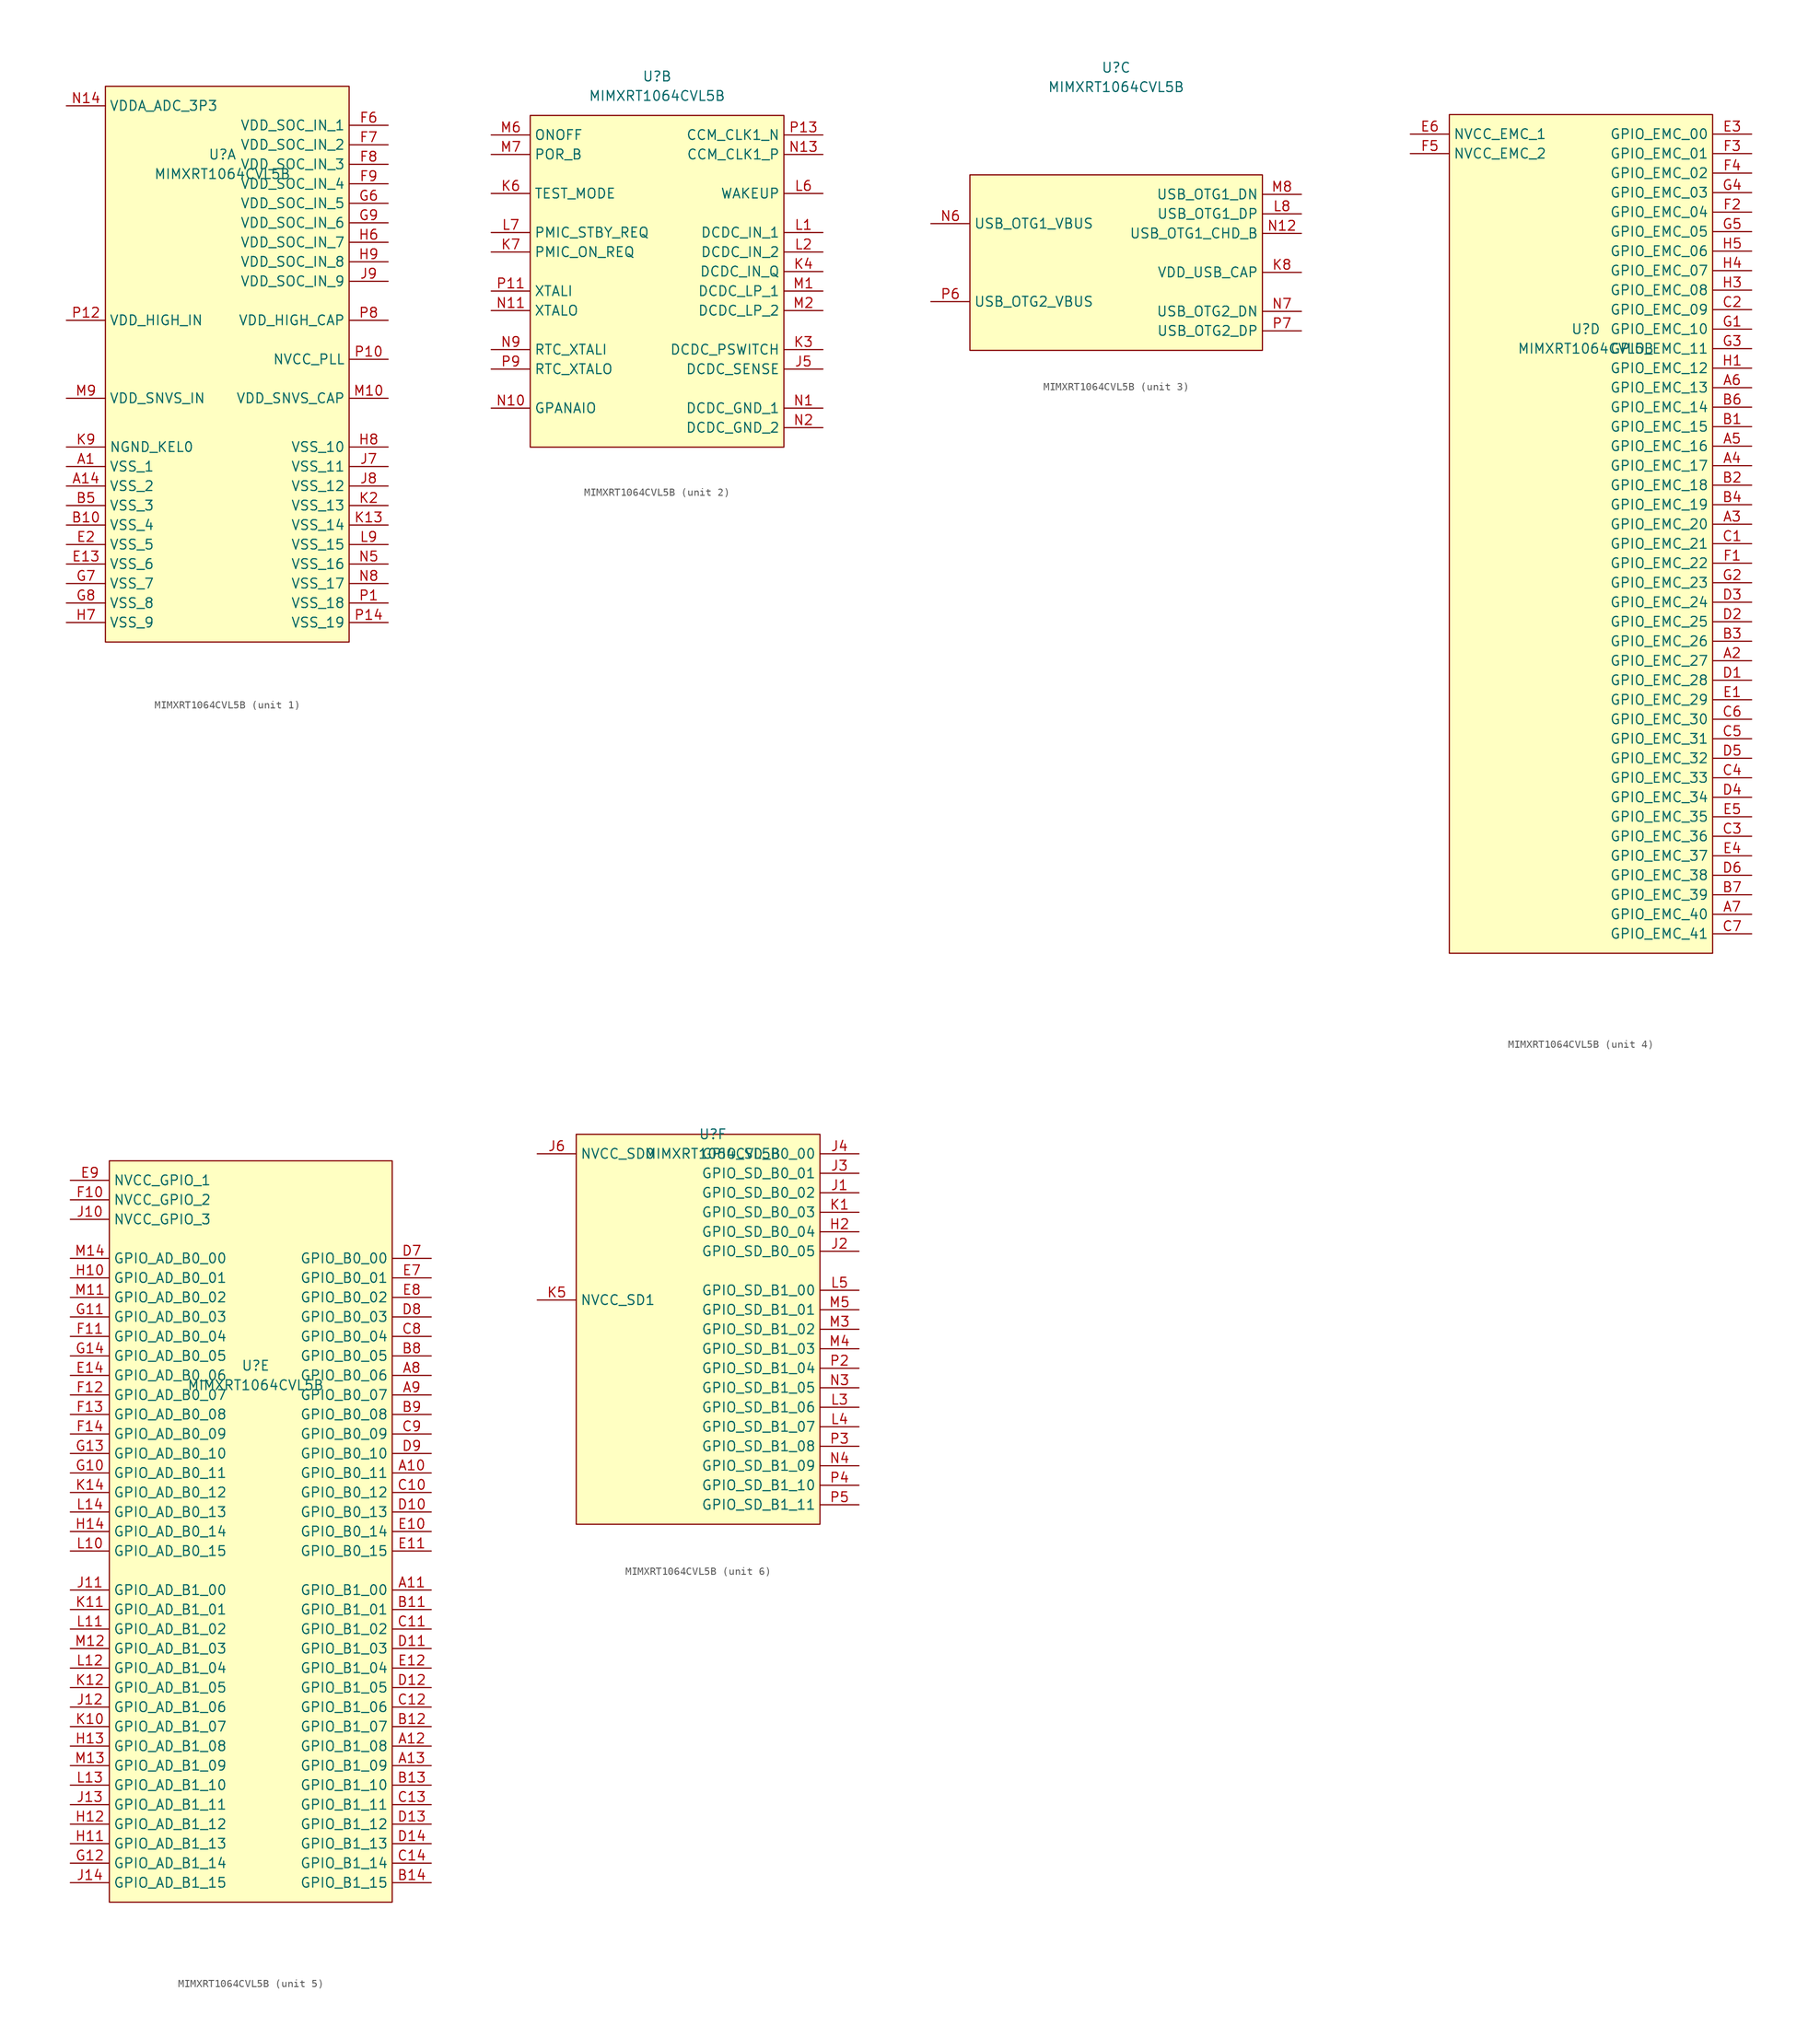
<source format=kicad_sym>
(kicad_symbol_lib
  (version 20211014)
  (generator kicad_symbol_editor)
  (symbol "MIMXRT1064CVL5B"
    (property "Reference" "U"
      (at 0 25.4 0)
      (effects (font (size 1.27 1.27))))
    (property "Value" "MIMXRT1064CVL5B"
      (at 0 22.86 0)
      (effects (font (size 1.27 1.27))))
    (property "ki_locked" ""
      (at 0 0 0)
      (effects (font (size 1.27 1.27))))
    (symbol "MIMXRT1064CVL5B_1_1"
      (rectangle (start -15.24 34.29) (end 16.51 -38.1) (stroke (width 0) (type default) (color 0 0 0 0)) (fill (type background)))
      (pin power_in line (at -20.32 -15.24 0) (length 5.08) (name "VSS_1" (effects (font (size 1.27 1.27)))) (number "A1" (effects (font (size 1.27 1.27)))))
      (pin power_in line (at -20.32 -17.78 0) (length 5.08) (name "VSS_2" (effects (font (size 1.27 1.27)))) (number "A14" (effects (font (size 1.27 1.27)))))
      (pin power_in line (at -20.32 -22.86 0) (length 5.08) (name "VSS_4" (effects (font (size 1.27 1.27)))) (number "B10" (effects (font (size 1.27 1.27)))))
      (pin power_in line (at -20.32 -20.32 0) (length 5.08) (name "VSS_3" (effects (font (size 1.27 1.27)))) (number "B5" (effects (font (size 1.27 1.27)))))
      (pin power_in line (at -20.32 -27.94 0) (length 5.08) (name "VSS_6" (effects (font (size 1.27 1.27)))) (number "E13" (effects (font (size 1.27 1.27)))))
      (pin power_in line (at -20.32 -25.4 0) (length 5.08) (name "VSS_5" (effects (font (size 1.27 1.27)))) (number "E2" (effects (font (size 1.27 1.27)))))
      (pin power_in line (at 21.59 29.21 180) (length 5.08) (name "VDD_SOC_IN_1" (effects (font (size 1.27 1.27)))) (number "F6" (effects (font (size 1.27 1.27)))))
      (pin power_in line (at 21.59 26.67 180) (length 5.08) (name "VDD_SOC_IN_2" (effects (font (size 1.27 1.27)))) (number "F7" (effects (font (size 1.27 1.27)))))
      (pin power_in line (at 21.59 24.13 180) (length 5.08) (name "VDD_SOC_IN_3" (effects (font (size 1.27 1.27)))) (number "F8" (effects (font (size 1.27 1.27)))))
      (pin power_in line (at 21.59 21.59 180) (length 5.08) (name "VDD_SOC_IN_4" (effects (font (size 1.27 1.27)))) (number "F9" (effects (font (size 1.27 1.27)))))
      (pin power_in line (at 21.59 19.05 180) (length 5.08) (name "VDD_SOC_IN_5" (effects (font (size 1.27 1.27)))) (number "G6" (effects (font (size 1.27 1.27)))))
      (pin power_in line (at -20.32 -30.48 0) (length 5.08) (name "VSS_7" (effects (font (size 1.27 1.27)))) (number "G7" (effects (font (size 1.27 1.27)))))
      (pin power_in line (at -20.32 -33.02 0) (length 5.08) (name "VSS_8" (effects (font (size 1.27 1.27)))) (number "G8" (effects (font (size 1.27 1.27)))))
      (pin power_in line (at 21.59 16.51 180) (length 5.08) (name "VDD_SOC_IN_6" (effects (font (size 1.27 1.27)))) (number "G9" (effects (font (size 1.27 1.27)))))
      (pin power_in line (at 21.59 13.97 180) (length 5.08) (name "VDD_SOC_IN_7" (effects (font (size 1.27 1.27)))) (number "H6" (effects (font (size 1.27 1.27)))))
      (pin power_in line (at -20.32 -35.56 0) (length 5.08) (name "VSS_9" (effects (font (size 1.27 1.27)))) (number "H7" (effects (font (size 1.27 1.27)))))
      (pin power_in line (at 21.59 -12.7 180) (length 5.08) (name "VSS_10" (effects (font (size 1.27 1.27)))) (number "H8" (effects (font (size 1.27 1.27)))))
      (pin power_in line (at 21.59 11.43 180) (length 5.08) (name "VDD_SOC_IN_8" (effects (font (size 1.27 1.27)))) (number "H9" (effects (font (size 1.27 1.27)))))
      (pin power_in line (at 21.59 -15.24 180) (length 5.08) (name "VSS_11" (effects (font (size 1.27 1.27)))) (number "J7" (effects (font (size 1.27 1.27)))))
      (pin power_in line (at 21.59 -17.78 180) (length 5.08) (name "VSS_12" (effects (font (size 1.27 1.27)))) (number "J8" (effects (font (size 1.27 1.27)))))
      (pin power_in line (at 21.59 8.89 180) (length 5.08) (name "VDD_SOC_IN_9" (effects (font (size 1.27 1.27)))) (number "J9" (effects (font (size 1.27 1.27)))))
      (pin power_in line (at 21.59 -22.86 180) (length 5.08) (name "VSS_14" (effects (font (size 1.27 1.27)))) (number "K13" (effects (font (size 1.27 1.27)))))
      (pin power_in line (at 21.59 -20.32 180) (length 5.08) (name "VSS_13" (effects (font (size 1.27 1.27)))) (number "K2" (effects (font (size 1.27 1.27)))))
      (pin power_in line (at -20.32 -12.7 0) (length 5.08) (name "NGND_KEL0" (effects (font (size 1.27 1.27)))) (number "K9" (effects (font (size 1.27 1.27)))))
      (pin power_in line (at 21.59 -25.4 180) (length 5.08) (name "VSS_15" (effects (font (size 1.27 1.27)))) (number "L9" (effects (font (size 1.27 1.27)))))
      (pin power_in line (at 21.59 -6.35 180) (length 5.08) (name "VDD_SNVS_CAP" (effects (font (size 1.27 1.27)))) (number "M10" (effects (font (size 1.27 1.27)))))
      (pin power_in line (at -20.32 -6.35 0) (length 5.08) (name "VDD_SNVS_IN" (effects (font (size 1.27 1.27)))) (number "M9" (effects (font (size 1.27 1.27)))))
      (pin power_in line (at -20.32 31.75 0) (length 5.08) (name "VDDA_ADC_3P3" (effects (font (size 1.27 1.27)))) (number "N14" (effects (font (size 1.27 1.27)))))
      (pin power_in line (at 21.59 -27.94 180) (length 5.08) (name "VSS_16" (effects (font (size 1.27 1.27)))) (number "N5" (effects (font (size 1.27 1.27)))))
      (pin power_in line (at 21.59 -30.48 180) (length 5.08) (name "VSS_17" (effects (font (size 1.27 1.27)))) (number "N8" (effects (font (size 1.27 1.27)))))
      (pin power_in line (at 21.59 -33.02 180) (length 5.08) (name "VSS_18" (effects (font (size 1.27 1.27)))) (number "P1" (effects (font (size 1.27 1.27)))))
      (pin power_in line (at 21.59 -1.27 180) (length 5.08) (name "NVCC_PLL" (effects (font (size 1.27 1.27)))) (number "P10" (effects (font (size 1.27 1.27)))))
      (pin power_in line (at -20.32 3.81 0) (length 5.08) (name "VDD_HIGH_IN" (effects (font (size 1.27 1.27)))) (number "P12" (effects (font (size 1.27 1.27)))))
      (pin power_in line (at 21.59 -35.56 180) (length 5.08) (name "VSS_19" (effects (font (size 1.27 1.27)))) (number "P14" (effects (font (size 1.27 1.27)))))
      (pin power_in line (at 21.59 3.81 180) (length 5.08) (name "VDD_HIGH_CAP" (effects (font (size 1.27 1.27)))) (number "P8" (effects (font (size 1.27 1.27))))))
    (symbol "MIMXRT1064CVL5B_2_1"
      (rectangle (start -16.51 20.32) (end 16.51 -22.86) (stroke (width 0) (type default) (color 0 0 0 0)) (fill (type background)))
      (pin power_in line (at 21.59 -12.7 180) (length 5.08) (name "DCDC_SENSE" (effects (font (size 1.27 1.27)))) (number "J5" (effects (font (size 1.27 1.27)))))
      (pin power_in line (at 21.59 -10.16 180) (length 5.08) (name "DCDC_PSWITCH" (effects (font (size 1.27 1.27)))) (number "K3" (effects (font (size 1.27 1.27)))))
      (pin power_in line (at 21.59 0 180) (length 5.08) (name "DCDC_IN_Q" (effects (font (size 1.27 1.27)))) (number "K4" (effects (font (size 1.27 1.27)))))
      (pin passive line (at -21.59 10.16 0) (length 5.08) (name "TEST_MODE" (effects (font (size 1.27 1.27)))) (number "K6" (effects (font (size 1.27 1.27)))))
      (pin passive line (at -21.59 2.54 0) (length 5.08) (name "PMIC_ON_REQ" (effects (font (size 1.27 1.27)))) (number "K7" (effects (font (size 1.27 1.27)))))
      (pin power_in line (at 21.59 5.08 180) (length 5.08) (name "DCDC_IN_1" (effects (font (size 1.27 1.27)))) (number "L1" (effects (font (size 1.27 1.27)))))
      (pin power_in line (at 21.59 2.54 180) (length 5.08) (name "DCDC_IN_2" (effects (font (size 1.27 1.27)))) (number "L2" (effects (font (size 1.27 1.27)))))
      (pin passive line (at 21.59 10.16 180) (length 5.08) (name "WAKEUP" (effects (font (size 1.27 1.27)))) (number "L6" (effects (font (size 1.27 1.27)))))
      (pin passive line (at -21.59 5.08 0) (length 5.08) (name "PMIC_STBY_REQ" (effects (font (size 1.27 1.27)))) (number "L7" (effects (font (size 1.27 1.27)))))
      (pin power_in line (at 21.59 -2.54 180) (length 5.08) (name "DCDC_LP_1" (effects (font (size 1.27 1.27)))) (number "M1" (effects (font (size 1.27 1.27)))))
      (pin power_in line (at 21.59 -5.08 180) (length 5.08) (name "DCDC_LP_2" (effects (font (size 1.27 1.27)))) (number "M2" (effects (font (size 1.27 1.27)))))
      (pin passive line (at -21.59 17.78 0) (length 5.08) (name "ONOFF" (effects (font (size 1.27 1.27)))) (number "M6" (effects (font (size 1.27 1.27)))))
      (pin passive line (at -21.59 15.24 0) (length 5.08) (name "POR_B" (effects (font (size 1.27 1.27)))) (number "M7" (effects (font (size 1.27 1.27)))))
      (pin power_in line (at 21.59 -17.78 180) (length 5.08) (name "DCDC_GND_1" (effects (font (size 1.27 1.27)))) (number "N1" (effects (font (size 1.27 1.27)))))
      (pin passive line (at -21.59 -17.78 0) (length 5.08) (name "GPANAIO" (effects (font (size 1.27 1.27)))) (number "N10" (effects (font (size 1.27 1.27)))))
      (pin passive line (at -21.59 -5.08 0) (length 5.08) (name "XTALO" (effects (font (size 1.27 1.27)))) (number "N11" (effects (font (size 1.27 1.27)))))
      (pin passive line (at 21.59 15.24 180) (length 5.08) (name "CCM_CLK1_P" (effects (font (size 1.27 1.27)))) (number "N13" (effects (font (size 1.27 1.27)))))
      (pin power_in line (at 21.59 -20.32 180) (length 5.08) (name "DCDC_GND_2" (effects (font (size 1.27 1.27)))) (number "N2" (effects (font (size 1.27 1.27)))))
      (pin passive line (at -21.59 -10.16 0) (length 5.08) (name "RTC_XTALI" (effects (font (size 1.27 1.27)))) (number "N9" (effects (font (size 1.27 1.27)))))
      (pin passive line (at -21.59 -2.54 0) (length 5.08) (name "XTALI" (effects (font (size 1.27 1.27)))) (number "P11" (effects (font (size 1.27 1.27)))))
      (pin passive line (at 21.59 17.78 180) (length 5.08) (name "CCM_CLK1_N" (effects (font (size 1.27 1.27)))) (number "P13" (effects (font (size 1.27 1.27)))))
      (pin passive line (at -21.59 -12.7 0) (length 5.08) (name "RTC_XTALO" (effects (font (size 1.27 1.27)))) (number "P9" (effects (font (size 1.27 1.27))))))
    (symbol "MIMXRT1064CVL5B_3_1"
      (rectangle (start -19.05 11.43) (end 19.05 -11.43) (stroke (width 0) (type default) (color 0 0 0 0)) (fill (type background)))
      (pin power_in line (at 24.13 -1.27 180) (length 5.08) (name "VDD_USB_CAP" (effects (font (size 1.27 1.27)))) (number "K8" (effects (font (size 1.27 1.27)))))
      (pin passive line (at 24.13 6.35 180) (length 5.08) (name "USB_OTG1_DP" (effects (font (size 1.27 1.27)))) (number "L8" (effects (font (size 1.27 1.27)))))
      (pin passive line (at 24.13 8.89 180) (length 5.08) (name "USB_OTG1_DN" (effects (font (size 1.27 1.27)))) (number "M8" (effects (font (size 1.27 1.27)))))
      (pin passive line (at 24.13 3.81 180) (length 5.08) (name "USB_OTG1_CHD_B" (effects (font (size 1.27 1.27)))) (number "N12" (effects (font (size 1.27 1.27)))))
      (pin passive line (at -24.13 5.08 0) (length 5.08) (name "USB_OTG1_VBUS" (effects (font (size 1.27 1.27)))) (number "N6" (effects (font (size 1.27 1.27)))))
      (pin passive line (at 24.13 -6.35 180) (length 5.08) (name "USB_OTG2_DN" (effects (font (size 1.27 1.27)))) (number "N7" (effects (font (size 1.27 1.27)))))
      (pin passive line (at -24.13 -5.08 0) (length 5.08) (name "USB_OTG2_VBUS" (effects (font (size 1.27 1.27)))) (number "P6" (effects (font (size 1.27 1.27)))))
      (pin passive line (at 24.13 -8.89 180) (length 5.08) (name "USB_OTG2_DP" (effects (font (size 1.27 1.27)))) (number "P7" (effects (font (size 1.27 1.27))))))
    (symbol "MIMXRT1064CVL5B_4_1"
      (rectangle (start -17.78 53.34) (end 16.51 -55.88) (stroke (width 0) (type default) (color 0 0 0 0)) (fill (type background)))
      (pin passive line (at 21.59 -17.78 180) (length 5.08) (name "GPIO_EMC_27" (effects (font (size 1.27 1.27)))) (number "A2" (effects (font (size 1.27 1.27)))))
      (pin passive line (at 21.59 0 180) (length 5.08) (name "GPIO_EMC_20" (effects (font (size 1.27 1.27)))) (number "A3" (effects (font (size 1.27 1.27)))))
      (pin passive line (at 21.59 7.62 180) (length 5.08) (name "GPIO_EMC_17" (effects (font (size 1.27 1.27)))) (number "A4" (effects (font (size 1.27 1.27)))))
      (pin passive line (at 21.59 10.16 180) (length 5.08) (name "GPIO_EMC_16" (effects (font (size 1.27 1.27)))) (number "A5" (effects (font (size 1.27 1.27)))))
      (pin passive line (at 21.59 17.78 180) (length 5.08) (name "GPIO_EMC_13" (effects (font (size 1.27 1.27)))) (number "A6" (effects (font (size 1.27 1.27)))))
      (pin passive line (at 21.59 -50.8 180) (length 5.08) (name "GPIO_EMC_40" (effects (font (size 1.27 1.27)))) (number "A7" (effects (font (size 1.27 1.27)))))
      (pin passive line (at 21.59 12.7 180) (length 5.08) (name "GPIO_EMC_15" (effects (font (size 1.27 1.27)))) (number "B1" (effects (font (size 1.27 1.27)))))
      (pin passive line (at 21.59 5.08 180) (length 5.08) (name "GPIO_EMC_18" (effects (font (size 1.27 1.27)))) (number "B2" (effects (font (size 1.27 1.27)))))
      (pin passive line (at 21.59 -15.24 180) (length 5.08) (name "GPIO_EMC_26" (effects (font (size 1.27 1.27)))) (number "B3" (effects (font (size 1.27 1.27)))))
      (pin passive line (at 21.59 2.54 180) (length 5.08) (name "GPIO_EMC_19" (effects (font (size 1.27 1.27)))) (number "B4" (effects (font (size 1.27 1.27)))))
      (pin passive line (at 21.59 15.24 180) (length 5.08) (name "GPIO_EMC_14" (effects (font (size 1.27 1.27)))) (number "B6" (effects (font (size 1.27 1.27)))))
      (pin passive line (at 21.59 -48.26 180) (length 5.08) (name "GPIO_EMC_39" (effects (font (size 1.27 1.27)))) (number "B7" (effects (font (size 1.27 1.27)))))
      (pin passive line (at 21.59 -2.54 180) (length 5.08) (name "GPIO_EMC_21" (effects (font (size 1.27 1.27)))) (number "C1" (effects (font (size 1.27 1.27)))))
      (pin passive line (at 21.59 27.94 180) (length 5.08) (name "GPIO_EMC_09" (effects (font (size 1.27 1.27)))) (number "C2" (effects (font (size 1.27 1.27)))))
      (pin passive line (at 21.59 -40.64 180) (length 5.08) (name "GPIO_EMC_36" (effects (font (size 1.27 1.27)))) (number "C3" (effects (font (size 1.27 1.27)))))
      (pin passive line (at 21.59 -33.02 180) (length 5.08) (name "GPIO_EMC_33" (effects (font (size 1.27 1.27)))) (number "C4" (effects (font (size 1.27 1.27)))))
      (pin passive line (at 21.59 -27.94 180) (length 5.08) (name "GPIO_EMC_31" (effects (font (size 1.27 1.27)))) (number "C5" (effects (font (size 1.27 1.27)))))
      (pin passive line (at 21.59 -25.4 180) (length 5.08) (name "GPIO_EMC_30" (effects (font (size 1.27 1.27)))) (number "C6" (effects (font (size 1.27 1.27)))))
      (pin passive line (at 21.59 -53.34 180) (length 5.08) (name "GPIO_EMC_41" (effects (font (size 1.27 1.27)))) (number "C7" (effects (font (size 1.27 1.27)))))
      (pin passive line (at 21.59 -20.32 180) (length 5.08) (name "GPIO_EMC_28" (effects (font (size 1.27 1.27)))) (number "D1" (effects (font (size 1.27 1.27)))))
      (pin passive line (at 21.59 -12.7 180) (length 5.08) (name "GPIO_EMC_25" (effects (font (size 1.27 1.27)))) (number "D2" (effects (font (size 1.27 1.27)))))
      (pin passive line (at 21.59 -10.16 180) (length 5.08) (name "GPIO_EMC_24" (effects (font (size 1.27 1.27)))) (number "D3" (effects (font (size 1.27 1.27)))))
      (pin passive line (at 21.59 -35.56 180) (length 5.08) (name "GPIO_EMC_34" (effects (font (size 1.27 1.27)))) (number "D4" (effects (font (size 1.27 1.27)))))
      (pin passive line (at 21.59 -30.48 180) (length 5.08) (name "GPIO_EMC_32" (effects (font (size 1.27 1.27)))) (number "D5" (effects (font (size 1.27 1.27)))))
      (pin passive line (at 21.59 -45.72 180) (length 5.08) (name "GPIO_EMC_38" (effects (font (size 1.27 1.27)))) (number "D6" (effects (font (size 1.27 1.27)))))
      (pin passive line (at 21.59 -22.86 180) (length 5.08) (name "GPIO_EMC_29" (effects (font (size 1.27 1.27)))) (number "E1" (effects (font (size 1.27 1.27)))))
      (pin passive line (at 21.59 50.8 180) (length 5.08) (name "GPIO_EMC_00" (effects (font (size 1.27 1.27)))) (number "E3" (effects (font (size 1.27 1.27)))))
      (pin passive line (at 21.59 -43.18 180) (length 5.08) (name "GPIO_EMC_37" (effects (font (size 1.27 1.27)))) (number "E4" (effects (font (size 1.27 1.27)))))
      (pin passive line (at 21.59 -38.1 180) (length 5.08) (name "GPIO_EMC_35" (effects (font (size 1.27 1.27)))) (number "E5" (effects (font (size 1.27 1.27)))))
      (pin power_in line (at -22.86 50.8 0) (length 5.08) (name "NVCC_EMC_1" (effects (font (size 1.27 1.27)))) (number "E6" (effects (font (size 1.27 1.27)))))
      (pin passive line (at 21.59 -5.08 180) (length 5.08) (name "GPIO_EMC_22" (effects (font (size 1.27 1.27)))) (number "F1" (effects (font (size 1.27 1.27)))))
      (pin passive line (at 21.59 40.64 180) (length 5.08) (name "GPIO_EMC_04" (effects (font (size 1.27 1.27)))) (number "F2" (effects (font (size 1.27 1.27)))))
      (pin passive line (at 21.59 48.26 180) (length 5.08) (name "GPIO_EMC_01" (effects (font (size 1.27 1.27)))) (number "F3" (effects (font (size 1.27 1.27)))))
      (pin passive line (at 21.59 45.72 180) (length 5.08) (name "GPIO_EMC_02" (effects (font (size 1.27 1.27)))) (number "F4" (effects (font (size 1.27 1.27)))))
      (pin power_in line (at -22.86 48.26 0) (length 5.08) (name "NVCC_EMC_2" (effects (font (size 1.27 1.27)))) (number "F5" (effects (font (size 1.27 1.27)))))
      (pin passive line (at 21.59 25.4 180) (length 5.08) (name "GPIO_EMC_10" (effects (font (size 1.27 1.27)))) (number "G1" (effects (font (size 1.27 1.27)))))
      (pin passive line (at 21.59 -7.62 180) (length 5.08) (name "GPIO_EMC_23" (effects (font (size 1.27 1.27)))) (number "G2" (effects (font (size 1.27 1.27)))))
      (pin passive line (at 21.59 22.86 180) (length 5.08) (name "GPIO_EMC_11" (effects (font (size 1.27 1.27)))) (number "G3" (effects (font (size 1.27 1.27)))))
      (pin passive line (at 21.59 43.18 180) (length 5.08) (name "GPIO_EMC_03" (effects (font (size 1.27 1.27)))) (number "G4" (effects (font (size 1.27 1.27)))))
      (pin passive line (at 21.59 38.1 180) (length 5.08) (name "GPIO_EMC_05" (effects (font (size 1.27 1.27)))) (number "G5" (effects (font (size 1.27 1.27)))))
      (pin passive line (at 21.59 20.32 180) (length 5.08) (name "GPIO_EMC_12" (effects (font (size 1.27 1.27)))) (number "H1" (effects (font (size 1.27 1.27)))))
      (pin passive line (at 21.59 30.48 180) (length 5.08) (name "GPIO_EMC_08" (effects (font (size 1.27 1.27)))) (number "H3" (effects (font (size 1.27 1.27)))))
      (pin passive line (at 21.59 33.02 180) (length 5.08) (name "GPIO_EMC_07" (effects (font (size 1.27 1.27)))) (number "H4" (effects (font (size 1.27 1.27)))))
      (pin passive line (at 21.59 35.56 180) (length 5.08) (name "GPIO_EMC_06" (effects (font (size 1.27 1.27)))) (number "H5" (effects (font (size 1.27 1.27))))))
    (symbol "MIMXRT1064CVL5B_5_1"
      (rectangle (start -19.05 52.07) (end 17.78 -44.45) (stroke (width 0) (type default) (color 0 0 0 0)) (fill (type background)))
      (rectangle (start -17.78 -24.13) (end -17.78 -24.13) (stroke (width 0) (type default) (color 0 0 0 0)) (fill (type none)))
      (pin passive line (at 22.86 11.43 180) (length 5.08) (name "GPIO_B0_11" (effects (font (size 1.27 1.27)))) (number "A10" (effects (font (size 1.27 1.27)))))
      (pin passive line (at 22.86 -3.81 180) (length 5.08) (name "GPIO_B1_00" (effects (font (size 1.27 1.27)))) (number "A11" (effects (font (size 1.27 1.27)))))
      (pin passive line (at 22.86 -24.13 180) (length 5.08) (name "GPIO_B1_08" (effects (font (size 1.27 1.27)))) (number "A12" (effects (font (size 1.27 1.27)))))
      (pin passive line (at 22.86 -26.67 180) (length 5.08) (name "GPIO_B1_09" (effects (font (size 1.27 1.27)))) (number "A13" (effects (font (size 1.27 1.27)))))
      (pin passive line (at 22.86 24.13 180) (length 5.08) (name "GPIO_B0_06" (effects (font (size 1.27 1.27)))) (number "A8" (effects (font (size 1.27 1.27)))))
      (pin passive line (at 22.86 21.59 180) (length 5.08) (name "GPIO_B0_07" (effects (font (size 1.27 1.27)))) (number "A9" (effects (font (size 1.27 1.27)))))
      (pin passive line (at 22.86 -6.35 180) (length 5.08) (name "GPIO_B1_01" (effects (font (size 1.27 1.27)))) (number "B11" (effects (font (size 1.27 1.27)))))
      (pin passive line (at 22.86 -21.59 180) (length 5.08) (name "GPIO_B1_07" (effects (font (size 1.27 1.27)))) (number "B12" (effects (font (size 1.27 1.27)))))
      (pin passive line (at 22.86 -29.21 180) (length 5.08) (name "GPIO_B1_10" (effects (font (size 1.27 1.27)))) (number "B13" (effects (font (size 1.27 1.27)))))
      (pin passive line (at 22.86 -41.91 180) (length 5.08) (name "GPIO_B1_15" (effects (font (size 1.27 1.27)))) (number "B14" (effects (font (size 1.27 1.27)))))
      (pin passive line (at 22.86 26.67 180) (length 5.08) (name "GPIO_B0_05" (effects (font (size 1.27 1.27)))) (number "B8" (effects (font (size 1.27 1.27)))))
      (pin passive line (at 22.86 19.05 180) (length 5.08) (name "GPIO_B0_08" (effects (font (size 1.27 1.27)))) (number "B9" (effects (font (size 1.27 1.27)))))
      (pin passive line (at 22.86 8.89 180) (length 5.08) (name "GPIO_B0_12" (effects (font (size 1.27 1.27)))) (number "C10" (effects (font (size 1.27 1.27)))))
      (pin passive line (at 22.86 -8.89 180) (length 5.08) (name "GPIO_B1_02" (effects (font (size 1.27 1.27)))) (number "C11" (effects (font (size 1.27 1.27)))))
      (pin passive line (at 22.86 -19.05 180) (length 5.08) (name "GPIO_B1_06" (effects (font (size 1.27 1.27)))) (number "C12" (effects (font (size 1.27 1.27)))))
      (pin passive line (at 22.86 -31.75 180) (length 5.08) (name "GPIO_B1_11" (effects (font (size 1.27 1.27)))) (number "C13" (effects (font (size 1.27 1.27)))))
      (pin passive line (at 22.86 -39.37 180) (length 5.08) (name "GPIO_B1_14" (effects (font (size 1.27 1.27)))) (number "C14" (effects (font (size 1.27 1.27)))))
      (pin passive line (at 22.86 29.21 180) (length 5.08) (name "GPIO_B0_04" (effects (font (size 1.27 1.27)))) (number "C8" (effects (font (size 1.27 1.27)))))
      (pin passive line (at 22.86 16.51 180) (length 5.08) (name "GPIO_B0_09" (effects (font (size 1.27 1.27)))) (number "C9" (effects (font (size 1.27 1.27)))))
      (pin passive line (at 22.86 6.35 180) (length 5.08) (name "GPIO_B0_13" (effects (font (size 1.27 1.27)))) (number "D10" (effects (font (size 1.27 1.27)))))
      (pin passive line (at 22.86 -11.43 180) (length 5.08) (name "GPIO_B1_03" (effects (font (size 1.27 1.27)))) (number "D11" (effects (font (size 1.27 1.27)))))
      (pin passive line (at 22.86 -16.51 180) (length 5.08) (name "GPIO_B1_05" (effects (font (size 1.27 1.27)))) (number "D12" (effects (font (size 1.27 1.27)))))
      (pin passive line (at 22.86 -34.29 180) (length 5.08) (name "GPIO_B1_12" (effects (font (size 1.27 1.27)))) (number "D13" (effects (font (size 1.27 1.27)))))
      (pin passive line (at 22.86 -36.83 180) (length 5.08) (name "GPIO_B1_13" (effects (font (size 1.27 1.27)))) (number "D14" (effects (font (size 1.27 1.27)))))
      (pin passive line (at 22.86 39.37 180) (length 5.08) (name "GPIO_B0_00" (effects (font (size 1.27 1.27)))) (number "D7" (effects (font (size 1.27 1.27)))))
      (pin passive line (at 22.86 31.75 180) (length 5.08) (name "GPIO_B0_03" (effects (font (size 1.27 1.27)))) (number "D8" (effects (font (size 1.27 1.27)))))
      (pin passive line (at 22.86 13.97 180) (length 5.08) (name "GPIO_B0_10" (effects (font (size 1.27 1.27)))) (number "D9" (effects (font (size 1.27 1.27)))))
      (pin passive line (at 22.86 3.81 180) (length 5.08) (name "GPIO_B0_14" (effects (font (size 1.27 1.27)))) (number "E10" (effects (font (size 1.27 1.27)))))
      (pin passive line (at 22.86 1.27 180) (length 5.08) (name "GPIO_B0_15" (effects (font (size 1.27 1.27)))) (number "E11" (effects (font (size 1.27 1.27)))))
      (pin passive line (at 22.86 -13.97 180) (length 5.08) (name "GPIO_B1_04" (effects (font (size 1.27 1.27)))) (number "E12" (effects (font (size 1.27 1.27)))))
      (pin passive line (at -24.13 24.13 0) (length 5.08) (name "GPIO_AD_B0_06" (effects (font (size 1.27 1.27)))) (number "E14" (effects (font (size 1.27 1.27)))))
      (pin passive line (at 22.86 36.83 180) (length 5.08) (name "GPIO_B0_01" (effects (font (size 1.27 1.27)))) (number "E7" (effects (font (size 1.27 1.27)))))
      (pin passive line (at 22.86 34.29 180) (length 5.08) (name "GPIO_B0_02" (effects (font (size 1.27 1.27)))) (number "E8" (effects (font (size 1.27 1.27)))))
      (pin power_in line (at -24.13 49.53 0) (length 5.08) (name "NVCC_GPIO_1" (effects (font (size 1.27 1.27)))) (number "E9" (effects (font (size 1.27 1.27)))))
      (pin power_in line (at -24.13 46.99 0) (length 5.08) (name "NVCC_GPIO_2" (effects (font (size 1.27 1.27)))) (number "F10" (effects (font (size 1.27 1.27)))))
      (pin passive line (at -24.13 29.21 0) (length 5.08) (name "GPIO_AD_B0_04" (effects (font (size 1.27 1.27)))) (number "F11" (effects (font (size 1.27 1.27)))))
      (pin passive line (at -24.13 21.59 0) (length 5.08) (name "GPIO_AD_B0_07" (effects (font (size 1.27 1.27)))) (number "F12" (effects (font (size 1.27 1.27)))))
      (pin passive line (at -24.13 19.05 0) (length 5.08) (name "GPIO_AD_B0_08" (effects (font (size 1.27 1.27)))) (number "F13" (effects (font (size 1.27 1.27)))))
      (pin passive line (at -24.13 16.51 0) (length 5.08) (name "GPIO_AD_B0_09" (effects (font (size 1.27 1.27)))) (number "F14" (effects (font (size 1.27 1.27)))))
      (pin passive line (at -24.13 11.43 0) (length 5.08) (name "GPIO_AD_B0_11" (effects (font (size 1.27 1.27)))) (number "G10" (effects (font (size 1.27 1.27)))))
      (pin passive line (at -24.13 31.75 0) (length 5.08) (name "GPIO_AD_B0_03" (effects (font (size 1.27 1.27)))) (number "G11" (effects (font (size 1.27 1.27)))))
      (pin passive line (at -24.13 -39.37 0) (length 5.08) (name "GPIO_AD_B1_14" (effects (font (size 1.27 1.27)))) (number "G12" (effects (font (size 1.27 1.27)))))
      (pin passive line (at -24.13 13.97 0) (length 5.08) (name "GPIO_AD_B0_10" (effects (font (size 1.27 1.27)))) (number "G13" (effects (font (size 1.27 1.27)))))
      (pin passive line (at -24.13 26.67 0) (length 5.08) (name "GPIO_AD_B0_05" (effects (font (size 1.27 1.27)))) (number "G14" (effects (font (size 1.27 1.27)))))
      (pin passive line (at -24.13 36.83 0) (length 5.08) (name "GPIO_AD_B0_01" (effects (font (size 1.27 1.27)))) (number "H10" (effects (font (size 1.27 1.27)))))
      (pin passive line (at -24.13 -36.83 0) (length 5.08) (name "GPIO_AD_B1_13" (effects (font (size 1.27 1.27)))) (number "H11" (effects (font (size 1.27 1.27)))))
      (pin passive line (at -24.13 -34.29 0) (length 5.08) (name "GPIO_AD_B1_12" (effects (font (size 1.27 1.27)))) (number "H12" (effects (font (size 1.27 1.27)))))
      (pin passive line (at -24.13 -24.13 0) (length 5.08) (name "GPIO_AD_B1_08" (effects (font (size 1.27 1.27)))) (number "H13" (effects (font (size 1.27 1.27)))))
      (pin passive line (at -24.13 3.81 0) (length 5.08) (name "GPIO_AD_B0_14" (effects (font (size 1.27 1.27)))) (number "H14" (effects (font (size 1.27 1.27)))))
      (pin power_in line (at -24.13 44.45 0) (length 5.08) (name "NVCC_GPIO_3" (effects (font (size 1.27 1.27)))) (number "J10" (effects (font (size 1.27 1.27)))))
      (pin passive line (at -24.13 -3.81 0) (length 5.08) (name "GPIO_AD_B1_00" (effects (font (size 1.27 1.27)))) (number "J11" (effects (font (size 1.27 1.27)))))
      (pin passive line (at -24.13 -19.05 0) (length 5.08) (name "GPIO_AD_B1_06" (effects (font (size 1.27 1.27)))) (number "J12" (effects (font (size 1.27 1.27)))))
      (pin passive line (at -24.13 -31.75 0) (length 5.08) (name "GPIO_AD_B1_11" (effects (font (size 1.27 1.27)))) (number "J13" (effects (font (size 1.27 1.27)))))
      (pin passive line (at -24.13 -41.91 0) (length 5.08) (name "GPIO_AD_B1_15" (effects (font (size 1.27 1.27)))) (number "J14" (effects (font (size 1.27 1.27)))))
      (pin passive line (at -24.13 -21.59 0) (length 5.08) (name "GPIO_AD_B1_07" (effects (font (size 1.27 1.27)))) (number "K10" (effects (font (size 1.27 1.27)))))
      (pin passive line (at -24.13 -6.35 0) (length 5.08) (name "GPIO_AD_B1_01" (effects (font (size 1.27 1.27)))) (number "K11" (effects (font (size 1.27 1.27)))))
      (pin passive line (at -24.13 -16.51 0) (length 5.08) (name "GPIO_AD_B1_05" (effects (font (size 1.27 1.27)))) (number "K12" (effects (font (size 1.27 1.27)))))
      (pin passive line (at -24.13 8.89 0) (length 5.08) (name "GPIO_AD_B0_12" (effects (font (size 1.27 1.27)))) (number "K14" (effects (font (size 1.27 1.27)))))
      (pin passive line (at -24.13 1.27 0) (length 5.08) (name "GPIO_AD_B0_15" (effects (font (size 1.27 1.27)))) (number "L10" (effects (font (size 1.27 1.27)))))
      (pin passive line (at -24.13 -8.89 0) (length 5.08) (name "GPIO_AD_B1_02" (effects (font (size 1.27 1.27)))) (number "L11" (effects (font (size 1.27 1.27)))))
      (pin passive line (at -24.13 -13.97 0) (length 5.08) (name "GPIO_AD_B1_04" (effects (font (size 1.27 1.27)))) (number "L12" (effects (font (size 1.27 1.27)))))
      (pin passive line (at -24.13 -29.21 0) (length 5.08) (name "GPIO_AD_B1_10" (effects (font (size 1.27 1.27)))) (number "L13" (effects (font (size 1.27 1.27)))))
      (pin passive line (at -24.13 6.35 0) (length 5.08) (name "GPIO_AD_B0_13" (effects (font (size 1.27 1.27)))) (number "L14" (effects (font (size 1.27 1.27)))))
      (pin passive line (at -24.13 34.29 0) (length 5.08) (name "GPIO_AD_B0_02" (effects (font (size 1.27 1.27)))) (number "M11" (effects (font (size 1.27 1.27)))))
      (pin passive line (at -24.13 -11.43 0) (length 5.08) (name "GPIO_AD_B1_03" (effects (font (size 1.27 1.27)))) (number "M12" (effects (font (size 1.27 1.27)))))
      (pin passive line (at -24.13 -26.67 0) (length 5.08) (name "GPIO_AD_B1_09" (effects (font (size 1.27 1.27)))) (number "M13" (effects (font (size 1.27 1.27)))))
      (pin passive line (at -24.13 39.37 0) (length 5.08) (name "GPIO_AD_B0_00" (effects (font (size 1.27 1.27)))) (number "M14" (effects (font (size 1.27 1.27))))))
    (symbol "MIMXRT1064CVL5B_6_1"
      (rectangle (start -17.78 25.4) (end 13.97 -25.4) (stroke (width 0) (type default) (color 0 0 0 0)) (fill (type background)))
      (pin passive line (at 19.05 12.7 180) (length 5.08) (name "GPIO_SD_B0_04" (effects (font (size 1.27 1.27)))) (number "H2" (effects (font (size 1.27 1.27)))))
      (pin passive line (at 19.05 17.78 180) (length 5.08) (name "GPIO_SD_B0_02" (effects (font (size 1.27 1.27)))) (number "J1" (effects (font (size 1.27 1.27)))))
      (pin passive line (at 19.05 10.16 180) (length 5.08) (name "GPIO_SD_B0_05" (effects (font (size 1.27 1.27)))) (number "J2" (effects (font (size 1.27 1.27)))))
      (pin passive line (at 19.05 20.32 180) (length 5.08) (name "GPIO_SD_B0_01" (effects (font (size 1.27 1.27)))) (number "J3" (effects (font (size 1.27 1.27)))))
      (pin passive line (at 19.05 22.86 180) (length 5.08) (name "GPIO_SD_B0_00" (effects (font (size 1.27 1.27)))) (number "J4" (effects (font (size 1.27 1.27)))))
      (pin power_in line (at -22.86 22.86 0) (length 5.08) (name "NVCC_SD0" (effects (font (size 1.27 1.27)))) (number "J6" (effects (font (size 1.27 1.27)))))
      (pin passive line (at 19.05 15.24 180) (length 5.08) (name "GPIO_SD_B0_03" (effects (font (size 1.27 1.27)))) (number "K1" (effects (font (size 1.27 1.27)))))
      (pin power_in line (at -22.86 3.81 0) (length 5.08) (name "NVCC_SD1" (effects (font (size 1.27 1.27)))) (number "K5" (effects (font (size 1.27 1.27)))))
      (pin passive line (at 19.05 -10.16 180) (length 5.08) (name "GPIO_SD_B1_06" (effects (font (size 1.27 1.27)))) (number "L3" (effects (font (size 1.27 1.27)))))
      (pin passive line (at 19.05 -12.7 180) (length 5.08) (name "GPIO_SD_B1_07" (effects (font (size 1.27 1.27)))) (number "L4" (effects (font (size 1.27 1.27)))))
      (pin passive line (at 19.05 5.08 180) (length 5.08) (name "GPIO_SD_B1_00" (effects (font (size 1.27 1.27)))) (number "L5" (effects (font (size 1.27 1.27)))))
      (pin passive line (at 19.05 0 180) (length 5.08) (name "GPIO_SD_B1_02" (effects (font (size 1.27 1.27)))) (number "M3" (effects (font (size 1.27 1.27)))))
      (pin passive line (at 19.05 -2.54 180) (length 5.08) (name "GPIO_SD_B1_03" (effects (font (size 1.27 1.27)))) (number "M4" (effects (font (size 1.27 1.27)))))
      (pin passive line (at 19.05 2.54 180) (length 5.08) (name "GPIO_SD_B1_01" (effects (font (size 1.27 1.27)))) (number "M5" (effects (font (size 1.27 1.27)))))
      (pin passive line (at 19.05 -7.62 180) (length 5.08) (name "GPIO_SD_B1_05" (effects (font (size 1.27 1.27)))) (number "N3" (effects (font (size 1.27 1.27)))))
      (pin passive line (at 19.05 -17.78 180) (length 5.08) (name "GPIO_SD_B1_09" (effects (font (size 1.27 1.27)))) (number "N4" (effects (font (size 1.27 1.27)))))
      (pin passive line (at 19.05 -5.08 180) (length 5.08) (name "GPIO_SD_B1_04" (effects (font (size 1.27 1.27)))) (number "P2" (effects (font (size 1.27 1.27)))))
      (pin passive line (at 19.05 -15.24 180) (length 5.08) (name "GPIO_SD_B1_08" (effects (font (size 1.27 1.27)))) (number "P3" (effects (font (size 1.27 1.27)))))
      (pin passive line (at 19.05 -20.32 180) (length 5.08) (name "GPIO_SD_B1_10" (effects (font (size 1.27 1.27)))) (number "P4" (effects (font (size 1.27 1.27)))))
      (pin passive line (at 19.05 -22.86 180) (length 5.08) (name "GPIO_SD_B1_11" (effects (font (size 1.27 1.27)))) (number "P5" (effects (font (size 1.27 1.27))))))))
</source>
